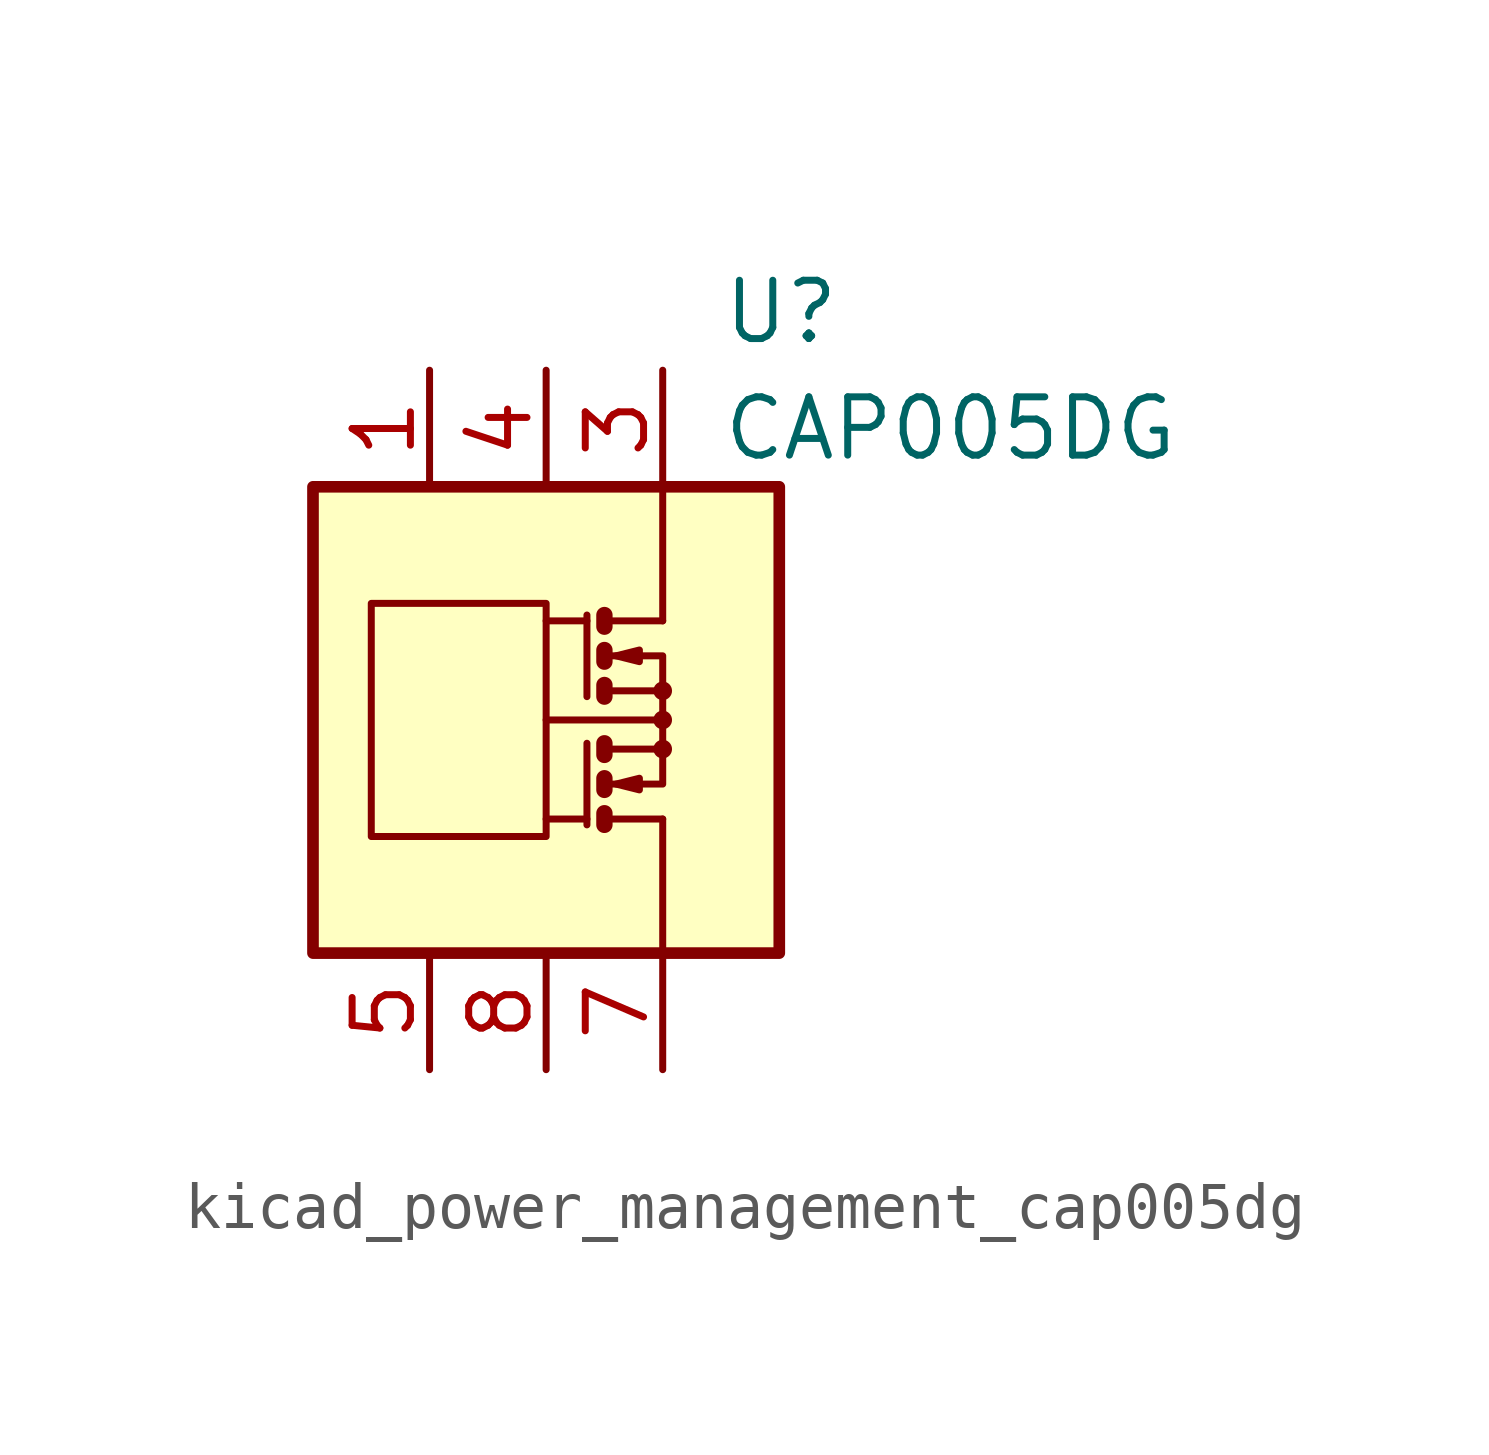
<source format=kicad_sym>
(kicad_symbol_lib
  (version 20220914)
  (generator kicad_symbol_editor)
  (symbol "kicad_power_management_cap005dg"
    (pin_names
      (offset 1.27))
    (property "Reference" "U"
      (at 3.81 8.89 0)
      (effects (font (size 1.27 1.27)) (justify left)))
    (property "Value" "CAP005DG"
      (at 3.81 6.35 0)
      (effects (font (size 1.27 1.27)) (justify left)))
    (symbol "kicad_power_management_cap005dg_0_1"
      (rectangle (start -5.08 5.08) (end 5.08 -5.08) (stroke (width 0.254) (type default)) (fill (type background)))
      (rectangle (start -3.81 2.54) (end 0 -2.54) (stroke (width 0) (type default)) (fill (type none)))
      (polyline (pts (xy 0.889 -2.159) (xy 0 -2.159)) (stroke (width 0) (type default)) (fill (type none)))
      (polyline (pts (xy 0.889 -0.508) (xy 0.889 -2.286)) (stroke (width 0) (type default)) (fill (type none)))
      (polyline (pts (xy 0.889 2.159) (xy 0 2.159)) (stroke (width 0) (type default)) (fill (type none)))
      (polyline (pts (xy 0.889 2.286) (xy 0.889 0.508)) (stroke (width 0) (type default)) (fill (type none)))
      (polyline (pts (xy 1.27 -2.159) (xy 2.54 -2.159)) (stroke (width 0) (type default)) (fill (type none)))
      (polyline (pts (xy 1.27 2.159) (xy 2.54 2.159)) (stroke (width 0) (type default)) (fill (type none)))
      (polyline (pts (xy 2.413 0) (xy 0 0)) (stroke (width 0) (type default)) (fill (type none)))
      (polyline (pts (xy 2.54 -2.159) (xy 2.54 -5.08)) (stroke (width 0) (type default)) (fill (type none)))
      (polyline (pts (xy 1.27 -2.032) (xy 1.27 -2.286) (xy 1.27 -2.286)) (stroke (width 0.356) (type default)) (fill (type none)))
      (polyline (pts (xy 1.27 -1.27) (xy 1.27 -1.524) (xy 1.27 -1.524)) (stroke (width 0.356) (type default)) (fill (type none)))
      (polyline (pts (xy 1.27 0.762) (xy 1.27 0.508) (xy 1.27 0.508)) (stroke (width 0.356) (type default)) (fill (type none)))
      (polyline (pts (xy 1.27 1.524) (xy 1.27 1.27) (xy 1.27 1.27)) (stroke (width 0.356) (type default)) (fill (type none)))
      (polyline (pts (xy 1.27 2.286) (xy 1.27 2.032) (xy 1.27 2.032)) (stroke (width 0.356) (type default)) (fill (type none)))
      (polyline (pts (xy 1.397 -1.397) (xy 2.54 -1.397) (xy 2.54 -0.635)) (stroke (width 0) (type default)) (fill (type none)))
      (polyline (pts (xy 1.397 1.397) (xy 2.54 1.397) (xy 2.54 0.635)) (stroke (width 0) (type default)) (fill (type none)))
      (polyline (pts (xy 2.54 2.159) (xy 2.54 5.08) (xy 2.54 3.175)) (stroke (width 0) (type default)) (fill (type none)))
      (polyline (pts (xy 1.397 -0.635) (xy 2.54 -0.635) (xy 2.54 0.635) (xy 1.397 0.635)) (stroke (width 0) (type default)) (fill (type none)))
      (polyline (pts (xy 1.524 -1.397) (xy 2.032 -1.27) (xy 2.032 -1.524) (xy 1.524 -1.397)) (stroke (width 0) (type default)) (fill (type none)))
      (polyline (pts (xy 1.524 1.397) (xy 2.032 1.524) (xy 2.032 1.27) (xy 1.524 1.397)) (stroke (width 0) (type default)) (fill (type none)))
      (circle (center 2.54 -0.635) (radius 0.127) (stroke (width 0) (type default)) (fill (type none)))
      (circle (center 2.54 0) (radius 0.127) (stroke (width 0) (type default)) (fill (type none)))
      (circle (center 2.54 0.635) (radius 0.127) (stroke (width 0) (type default)) (fill (type none))))
    (symbol "kicad_power_management_cap005dg_1_1"
      (polyline (pts (xy 1.27 -0.508) (xy 1.27 -0.762)) (stroke (width 0.356) (type default)) (fill (type none)))
      (pin passive line (at -2.54 7.62 270) (length 2.54) (name "~" (effects (font (size 1.27 1.27)))) (number "1" (effects (font (size 1.27 1.27)))))
      (pin passive line (at 2.54 7.62 270) (length 2.54) hide (name "~" (effects (font (size 1.27 1.27)))) (number "2" (effects (font (size 1.27 1.27)))))
      (pin passive line (at 2.54 7.62 270) (length 2.54) (name "~" (effects (font (size 1.27 1.27)))) (number "3" (effects (font (size 1.27 1.27)))))
      (pin passive line (at 0 7.62 270) (length 2.54) (name "~" (effects (font (size 1.27 1.27)))) (number "4" (effects (font (size 1.27 1.27)))))
      (pin passive line (at -2.54 -7.62 90) (length 2.54) (name "~" (effects (font (size 1.27 1.27)))) (number "5" (effects (font (size 1.27 1.27)))))
      (pin passive line (at 2.54 -7.62 90) (length 2.54) hide (name "~" (effects (font (size 1.27 1.27)))) (number "6" (effects (font (size 1.27 1.27)))))
      (pin passive line (at 2.54 -7.62 90) (length 2.54) (name "~" (effects (font (size 1.27 1.27)))) (number "7" (effects (font (size 1.27 1.27)))))
      (pin passive line (at 0 -7.62 90) (length 2.54) (name "~" (effects (font (size 1.27 1.27)))) (number "8" (effects (font (size 1.27 1.27))))))))
</source>
